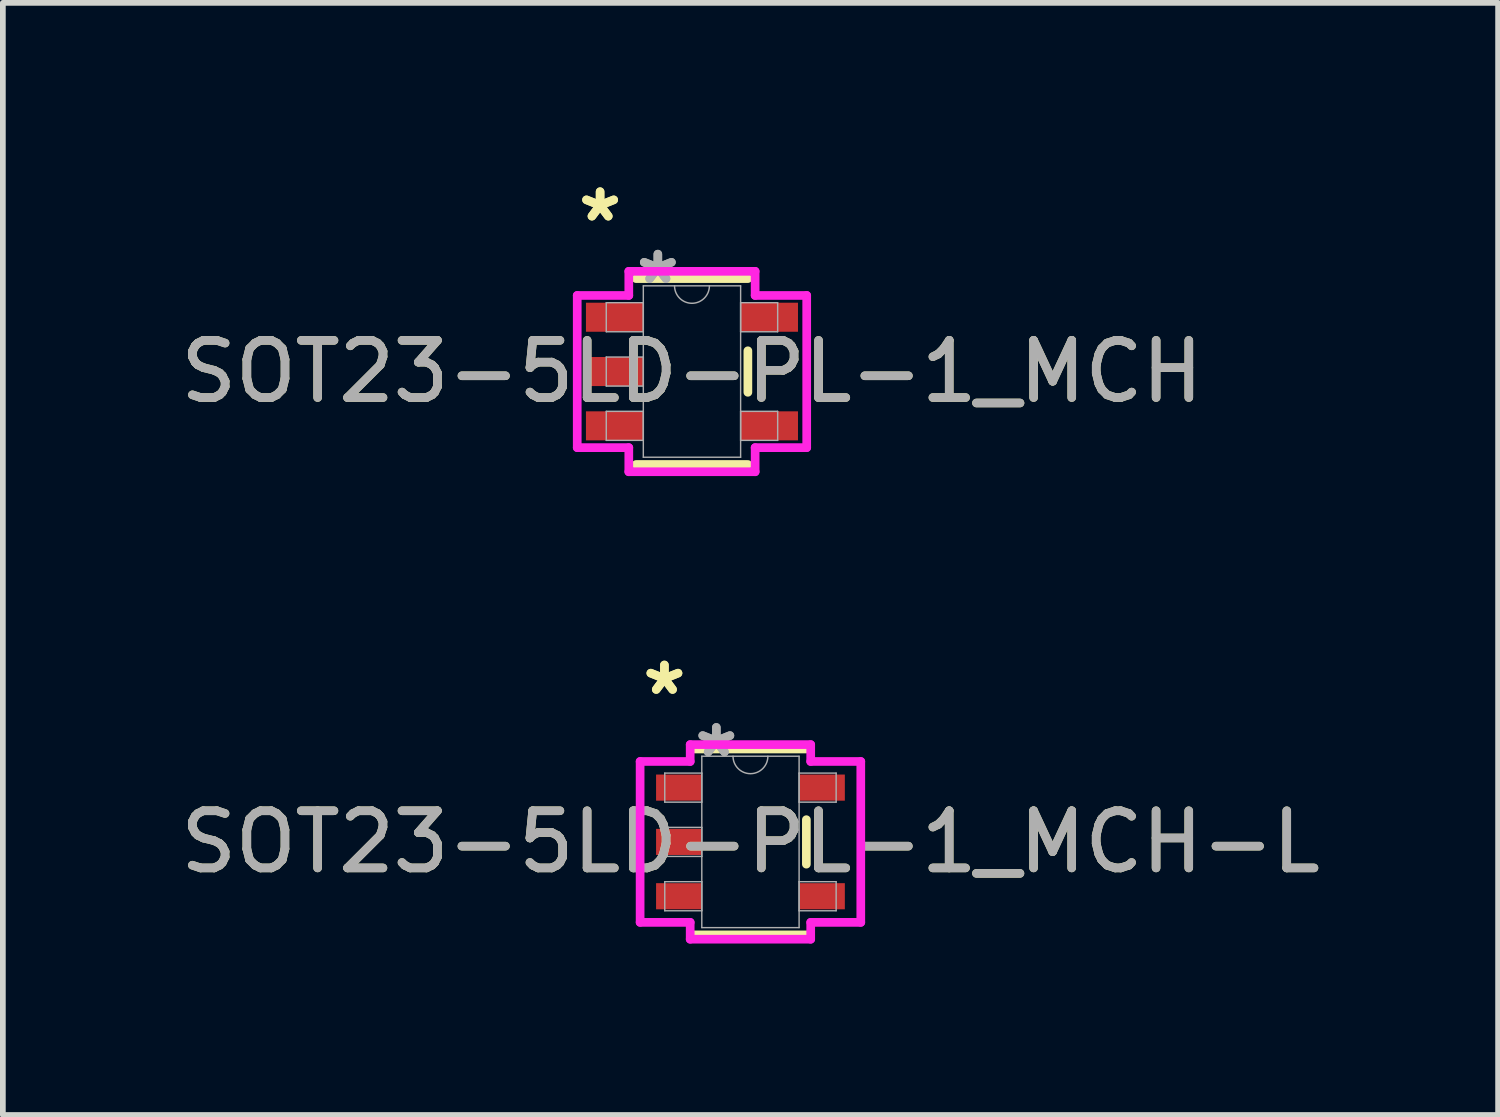
<source format=kicad_pcb>
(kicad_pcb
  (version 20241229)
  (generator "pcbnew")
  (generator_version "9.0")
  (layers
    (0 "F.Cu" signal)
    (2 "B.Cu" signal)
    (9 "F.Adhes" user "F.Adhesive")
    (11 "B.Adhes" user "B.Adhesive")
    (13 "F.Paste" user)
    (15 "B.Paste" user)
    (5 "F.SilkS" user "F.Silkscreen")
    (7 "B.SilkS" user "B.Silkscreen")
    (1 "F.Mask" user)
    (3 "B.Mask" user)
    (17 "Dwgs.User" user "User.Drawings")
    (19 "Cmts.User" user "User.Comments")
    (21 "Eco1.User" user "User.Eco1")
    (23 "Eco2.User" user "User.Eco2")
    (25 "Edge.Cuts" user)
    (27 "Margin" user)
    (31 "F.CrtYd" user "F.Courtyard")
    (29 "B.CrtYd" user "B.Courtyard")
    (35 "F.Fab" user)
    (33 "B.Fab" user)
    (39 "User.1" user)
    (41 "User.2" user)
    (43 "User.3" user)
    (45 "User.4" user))
  (footprint "SOT23-5LD-PL-1_MCH"
    (layer "F.Cu")
    (at 9.054 3.449)
    (property "Reference" "SOT23-5LD-PL-1_MCH" (at 0 0 0) (unlocked yes) (layer "F.SilkS") (effects (font (size 1 1) (thickness 0.15))))
    (attr smd)
    (fp_line (start -0.978 1.626) (end 0.978 1.626) (stroke (width 0.152) (type solid)) (layer "F.SilkS"))
    (fp_line (start 0.978 -1.626) (end -0.978 -1.626) (stroke (width 0.152) (type solid)) (layer "F.SilkS"))
    (fp_line (start 0.978 0.363) (end 0.978 -0.363) (stroke (width 0.152) (type solid)) (layer "F.SilkS"))
    (fp_line (start -2.007 -1.331) (end -1.105 -1.331) (stroke (width 0.152) (type solid)) (layer "F.CrtYd"))
    (fp_line (start -2.007 1.331) (end -2.007 -1.331) (stroke (width 0.152) (type solid)) (layer "F.CrtYd"))
    (fp_line (start -1.105 -1.753) (end 1.105 -1.753) (stroke (width 0.152) (type solid)) (layer "F.CrtYd"))
    (fp_line (start -1.105 -1.331) (end -1.105 -1.753) (stroke (width 0.152) (type solid)) (layer "F.CrtYd"))
    (fp_line (start -1.105 1.331) (end -2.007 1.331) (stroke (width 0.152) (type solid)) (layer "F.CrtYd"))
    (fp_line (start -1.105 1.753) (end -1.105 1.331) (stroke (width 0.152) (type solid)) (layer "F.CrtYd"))
    (fp_line (start 1.105 -1.753) (end 1.105 -1.331) (stroke (width 0.152) (type solid)) (layer "F.CrtYd"))
    (fp_line (start 1.105 -1.331) (end 2.007 -1.331) (stroke (width 0.152) (type solid)) (layer "F.CrtYd"))
    (fp_line (start 1.105 1.331) (end 1.105 1.753) (stroke (width 0.152) (type solid)) (layer "F.CrtYd"))
    (fp_line (start 1.105 1.753) (end -1.105 1.753) (stroke (width 0.152) (type solid)) (layer "F.CrtYd"))
    (fp_line (start 2.007 -1.331) (end 2.007 1.331) (stroke (width 0.152) (type solid)) (layer "F.CrtYd"))
    (fp_line (start 2.007 1.331) (end 1.105 1.331) (stroke (width 0.152) (type solid)) (layer "F.CrtYd"))
    (fp_line (start -1.499 -1.204) (end -1.499 -0.696) (stroke (width 0.025) (type solid)) (layer "F.Fab"))
    (fp_line (start -1.499 -0.696) (end -0.851 -0.696) (stroke (width 0.025) (type solid)) (layer "F.Fab"))
    (fp_line (start -1.499 -0.254) (end -1.499 0.254) (stroke (width 0.025) (type solid)) (layer "F.Fab"))
    (fp_line (start -1.499 0.254) (end -0.851 0.254) (stroke (width 0.025) (type solid)) (layer "F.Fab"))
    (fp_line (start -1.499 0.696) (end -1.499 1.204) (stroke (width 0.025) (type solid)) (layer "F.Fab"))
    (fp_line (start -1.499 1.204) (end -0.851 1.204) (stroke (width 0.025) (type solid)) (layer "F.Fab"))
    (fp_line (start -0.851 -1.499) (end -0.851 1.499) (stroke (width 0.025) (type solid)) (layer "F.Fab"))
    (fp_line (start -0.851 -1.204) (end -1.499 -1.204) (stroke (width 0.025) (type solid)) (layer "F.Fab"))
    (fp_line (start -0.851 -0.696) (end -0.851 -1.204) (stroke (width 0.025) (type solid)) (layer "F.Fab"))
    (fp_line (start -0.851 -0.254) (end -1.499 -0.254) (stroke (width 0.025) (type solid)) (layer "F.Fab"))
    (fp_line (start -0.851 0.254) (end -0.851 -0.254) (stroke (width 0.025) (type solid)) (layer "F.Fab"))
    (fp_line (start -0.851 0.696) (end -1.499 0.696) (stroke (width 0.025) (type solid)) (layer "F.Fab"))
    (fp_line (start -0.851 1.204) (end -0.851 0.696) (stroke (width 0.025) (type solid)) (layer "F.Fab"))
    (fp_line (start -0.851 1.499) (end 0.851 1.499) (stroke (width 0.025) (type solid)) (layer "F.Fab"))
    (fp_line (start 0.851 -1.499) (end -0.851 -1.499) (stroke (width 0.025) (type solid)) (layer "F.Fab"))
    (fp_line (start 0.851 -1.204) (end 0.851 -0.696) (stroke (width 0.025) (type solid)) (layer "F.Fab"))
    (fp_line (start 0.851 -0.696) (end 1.499 -0.696) (stroke (width 0.025) (type solid)) (layer "F.Fab"))
    (fp_line (start 0.851 0.696) (end 0.851 1.204) (stroke (width 0.025) (type solid)) (layer "F.Fab"))
    (fp_line (start 0.851 1.204) (end 1.499 1.204) (stroke (width 0.025) (type solid)) (layer "F.Fab"))
    (fp_line (start 0.851 1.499) (end 0.851 -1.499) (stroke (width 0.025) (type solid)) (layer "F.Fab"))
    (fp_line (start 1.499 -1.204) (end 0.851 -1.204) (stroke (width 0.025) (type solid)) (layer "F.Fab"))
    (fp_line (start 1.499 -0.696) (end 1.499 -1.204) (stroke (width 0.025) (type solid)) (layer "F.Fab"))
    (fp_line (start 1.499 0.696) (end 0.851 0.696) (stroke (width 0.025) (type solid)) (layer "F.Fab"))
    (fp_line (start 1.499 1.204) (end 1.499 0.696) (stroke (width 0.025) (type solid)) (layer "F.Fab"))
    (fp_arc (start 0.3048 -1.4986) (mid 0 -1.1938) (end -0.3048 -1.4986) (stroke (width 0.0254) (type solid)) (layer "F.Fab"))
    (fp_text user "*" (at -1.607 -2.601 0) (unlocked yes) (layer "F.SilkS") (effects (font (size 1 1) (thickness 0.15))))
    (fp_text user "*" (at -1.607 -2.601 0) (layer "F.SilkS") (effects (font (size 1 1) (thickness 0.15))))
    (fp_text user "${REFERENCE}" (at 0 0 0) (unlocked yes) (layer "F.Fab") (effects (font (size 1 1) (thickness 0.15))))
    (fp_text user "*" (at -0.597 -1.509 0) (layer "F.Fab") (effects (font (size 1 1) (thickness 0.15))))
    (fp_text user "*" (at -0.597 -1.509 0) (unlocked yes) (layer "F.Fab") (effects (font (size 1 1) (thickness 0.15))))
    (pad "1" smd rect (at -1.353 -0.95) (size 1.003 0.508) (layers "F.Cu" "F.Mask" "F.Paste"))
    (pad "2" smd rect (at -1.353 0) (size 1.003 0.508) (layers "F.Cu" "F.Mask" "F.Paste"))
    (pad "3" smd rect (at -1.353 0.95) (size 1.003 0.508) (layers "F.Cu" "F.Mask" "F.Paste"))
    (pad "4" smd rect (at 1.353 0.95) (size 1.003 0.508) (layers "F.Cu" "F.Mask" "F.Paste"))
    (pad "5" smd rect (at 1.353 -0.95) (size 1.003 0.508) (layers "F.Cu" "F.Mask" "F.Paste")))
  (footprint "SOT23-5LD-PL-1_MCH-L"
    (layer "F.Cu")
    (at 10.077 11.677)
    (property "Reference" "SOT23-5LD-PL-1_MCH-L" (at 0 0 0) (unlocked yes) (layer "F.SilkS") (effects (font (size 1 1) (thickness 0.15))))
    (attr smd)
    (fp_line (start -0.978 1.626) (end 0.978 1.626) (stroke (width 0.152) (type solid)) (layer "F.SilkS"))
    (fp_line (start 0.978 -1.626) (end -0.978 -1.626) (stroke (width 0.152) (type solid)) (layer "F.SilkS"))
    (fp_line (start 0.978 0.389) (end 0.978 -0.389) (stroke (width 0.152) (type solid)) (layer "F.SilkS"))
    (fp_line (start -1.93 -1.407) (end -1.054 -1.407) (stroke (width 0.152) (type solid)) (layer "F.CrtYd"))
    (fp_line (start -1.93 1.407) (end -1.93 -1.407) (stroke (width 0.152) (type solid)) (layer "F.CrtYd"))
    (fp_line (start -1.054 -1.702) (end 1.054 -1.702) (stroke (width 0.152) (type solid)) (layer "F.CrtYd"))
    (fp_line (start -1.054 -1.407) (end -1.054 -1.702) (stroke (width 0.152) (type solid)) (layer "F.CrtYd"))
    (fp_line (start -1.054 1.407) (end -1.93 1.407) (stroke (width 0.152) (type solid)) (layer "F.CrtYd"))
    (fp_line (start -1.054 1.702) (end -1.054 1.407) (stroke (width 0.152) (type solid)) (layer "F.CrtYd"))
    (fp_line (start 1.054 -1.702) (end 1.054 -1.407) (stroke (width 0.152) (type solid)) (layer "F.CrtYd"))
    (fp_line (start 1.054 -1.407) (end 1.93 -1.407) (stroke (width 0.152) (type solid)) (layer "F.CrtYd"))
    (fp_line (start 1.054 1.407) (end 1.054 1.702) (stroke (width 0.152) (type solid)) (layer "F.CrtYd"))
    (fp_line (start 1.054 1.702) (end -1.054 1.702) (stroke (width 0.152) (type solid)) (layer "F.CrtYd"))
    (fp_line (start 1.93 -1.407) (end 1.93 1.407) (stroke (width 0.152) (type solid)) (layer "F.CrtYd"))
    (fp_line (start 1.93 1.407) (end 1.054 1.407) (stroke (width 0.152) (type solid)) (layer "F.CrtYd"))
    (fp_line (start -1.499 -1.204) (end -1.499 -0.696) (stroke (width 0.025) (type solid)) (layer "F.Fab"))
    (fp_line (start -1.499 -0.696) (end -0.851 -0.696) (stroke (width 0.025) (type solid)) (layer "F.Fab"))
    (fp_line (start -1.499 -0.254) (end -1.499 0.254) (stroke (width 0.025) (type solid)) (layer "F.Fab"))
    (fp_line (start -1.499 0.254) (end -0.851 0.254) (stroke (width 0.025) (type solid)) (layer "F.Fab"))
    (fp_line (start -1.499 0.696) (end -1.499 1.204) (stroke (width 0.025) (type solid)) (layer "F.Fab"))
    (fp_line (start -1.499 1.204) (end -0.851 1.204) (stroke (width 0.025) (type solid)) (layer "F.Fab"))
    (fp_line (start -0.851 -1.499) (end -0.851 1.499) (stroke (width 0.025) (type solid)) (layer "F.Fab"))
    (fp_line (start -0.851 -1.204) (end -1.499 -1.204) (stroke (width 0.025) (type solid)) (layer "F.Fab"))
    (fp_line (start -0.851 -0.696) (end -0.851 -1.204) (stroke (width 0.025) (type solid)) (layer "F.Fab"))
    (fp_line (start -0.851 -0.254) (end -1.499 -0.254) (stroke (width 0.025) (type solid)) (layer "F.Fab"))
    (fp_line (start -0.851 0.254) (end -0.851 -0.254) (stroke (width 0.025) (type solid)) (layer "F.Fab"))
    (fp_line (start -0.851 0.696) (end -1.499 0.696) (stroke (width 0.025) (type solid)) (layer "F.Fab"))
    (fp_line (start -0.851 1.204) (end -0.851 0.696) (stroke (width 0.025) (type solid)) (layer "F.Fab"))
    (fp_line (start -0.851 1.499) (end 0.851 1.499) (stroke (width 0.025) (type solid)) (layer "F.Fab"))
    (fp_line (start 0.851 -1.499) (end -0.851 -1.499) (stroke (width 0.025) (type solid)) (layer "F.Fab"))
    (fp_line (start 0.851 -1.204) (end 0.851 -0.696) (stroke (width 0.025) (type solid)) (layer "F.Fab"))
    (fp_line (start 0.851 -0.696) (end 1.499 -0.696) (stroke (width 0.025) (type solid)) (layer "F.Fab"))
    (fp_line (start 0.851 0.696) (end 0.851 1.204) (stroke (width 0.025) (type solid)) (layer "F.Fab"))
    (fp_line (start 0.851 1.204) (end 1.499 1.204) (stroke (width 0.025) (type solid)) (layer "F.Fab"))
    (fp_line (start 0.851 1.499) (end 0.851 -1.499) (stroke (width 0.025) (type solid)) (layer "F.Fab"))
    (fp_line (start 1.499 -1.204) (end 0.851 -1.204) (stroke (width 0.025) (type solid)) (layer "F.Fab"))
    (fp_line (start 1.499 -0.696) (end 1.499 -1.204) (stroke (width 0.025) (type solid)) (layer "F.Fab"))
    (fp_line (start 1.499 0.696) (end 0.851 0.696) (stroke (width 0.025) (type solid)) (layer "F.Fab"))
    (fp_line (start 1.499 1.204) (end 1.499 0.696) (stroke (width 0.025) (type solid)) (layer "F.Fab"))
    (fp_arc (start 0.3048 -1.4986) (mid 0 -1.1938) (end -0.3048 -1.4986) (stroke (width 0.0254) (type solid)) (layer "F.Fab"))
    (fp_text user "*" (at -1.505 -2.55 0) (unlocked yes) (layer "F.SilkS") (effects (font (size 1 1) (thickness 0.15))))
    (fp_text user "*" (at -1.505 -2.55 0) (layer "F.SilkS") (effects (font (size 1 1) (thickness 0.15))))
    (fp_text user "${REFERENCE}" (at 0 0 0) (unlocked yes) (layer "F.Fab") (effects (font (size 1 1) (thickness 0.15))))
    (fp_text user "*" (at -0.597 -1.458 0) (layer "F.Fab") (effects (font (size 1 1) (thickness 0.15))))
    (fp_text user "*" (at -0.597 -1.458 0) (unlocked yes) (layer "F.Fab") (effects (font (size 1 1) (thickness 0.15))))
    (pad "1" smd rect (at -1.251 -0.95) (size 0.8 0.457) (layers "F.Cu" "F.Mask" "F.Paste"))
    (pad "2" smd rect (at -1.251 0) (size 0.8 0.457) (layers "F.Cu" "F.Mask" "F.Paste"))
    (pad "3" smd rect (at -1.251 0.95) (size 0.8 0.457) (layers "F.Cu" "F.Mask" "F.Paste"))
    (pad "4" smd rect (at 1.251 0.95) (size 0.8 0.457) (layers "F.Cu" "F.Mask" "F.Paste"))
    (pad "5" smd rect (at 1.251 -0.95) (size 0.8 0.457) (layers "F.Cu" "F.Mask" "F.Paste")))
  (gr_rect
    (start -3 -3)
    (end 23.155 16.454)
    (stroke (width 0.1) (type default))
    (fill no)
    (layer "Edge.Cuts")))
</source>
